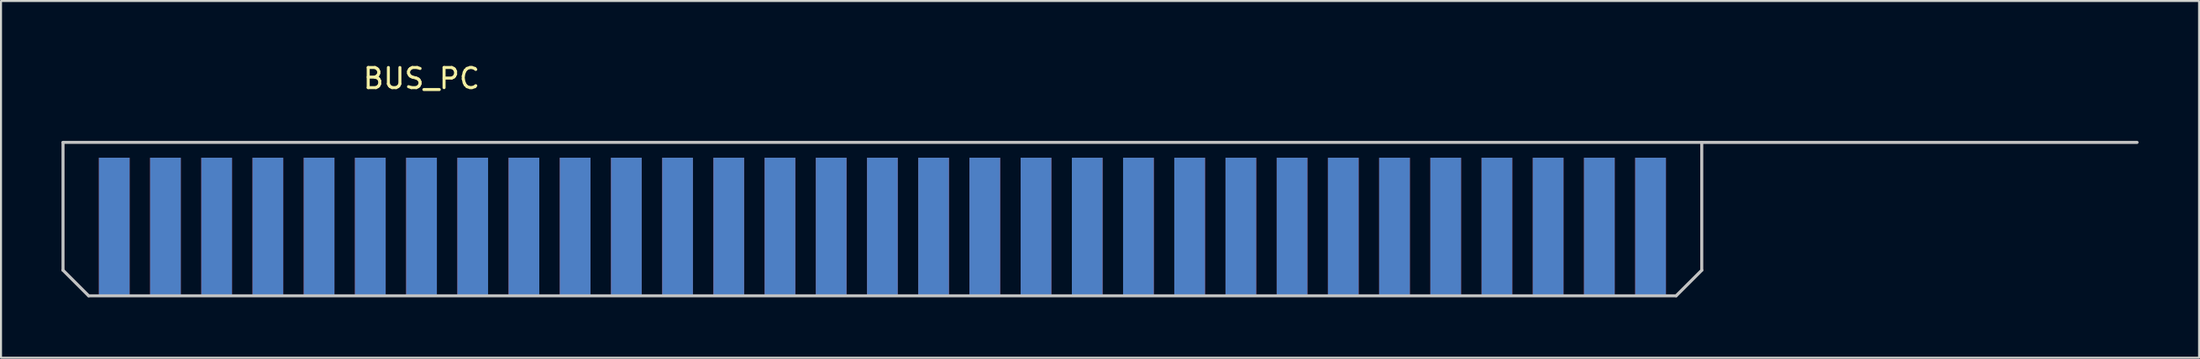
<source format=kicad_pcb>
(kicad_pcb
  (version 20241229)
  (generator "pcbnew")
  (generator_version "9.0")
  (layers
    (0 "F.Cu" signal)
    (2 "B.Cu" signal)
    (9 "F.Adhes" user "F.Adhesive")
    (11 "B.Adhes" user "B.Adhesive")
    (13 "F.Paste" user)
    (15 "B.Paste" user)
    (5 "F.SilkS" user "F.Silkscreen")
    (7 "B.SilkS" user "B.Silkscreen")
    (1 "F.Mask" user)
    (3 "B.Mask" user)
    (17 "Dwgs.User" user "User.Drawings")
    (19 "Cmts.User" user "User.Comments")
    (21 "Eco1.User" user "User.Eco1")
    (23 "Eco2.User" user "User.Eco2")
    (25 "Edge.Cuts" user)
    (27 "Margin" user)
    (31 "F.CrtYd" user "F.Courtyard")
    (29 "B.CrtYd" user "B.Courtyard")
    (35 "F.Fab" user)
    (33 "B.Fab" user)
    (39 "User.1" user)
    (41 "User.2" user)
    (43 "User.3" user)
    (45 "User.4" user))
  (footprint "BUS_PC"
    (layer "F.Cu")
    (at 40.716 7.833)
    (property "Reference" "BUS_PC" (at -22.86 -6.985 0) (layer "F.SilkS") (effects (font (size 1 1) (thickness 0.15))))
    (attr through_hole)
    (fp_line (start -40.64 -3.81) (end 40.64 -3.81) (stroke (width 0.15) (type solid)) (layer "Dwgs.User"))
    (fp_line (start -40.64 2.54) (end -40.64 -3.81) (stroke (width 0.15) (type solid)) (layer "Dwgs.User"))
    (fp_line (start -39.37 3.81) (end -40.64 2.54) (stroke (width 0.152) (type solid)) (layer "Dwgs.User"))
    (fp_line (start 39.37 3.81) (end -39.37 3.81) (stroke (width 0.15) (type solid)) (layer "Dwgs.User"))
    (fp_line (start 40.64 -3.81) (end 40.64 2.54) (stroke (width 0.15) (type solid)) (layer "Dwgs.User"))
    (fp_line (start 40.64 2.54) (end 39.37 3.81) (stroke (width 0.152) (type solid)) (layer "Dwgs.User"))
    (fp_line (start 62.23 -3.81) (end 40.64 -3.81) (stroke (width 0.152) (type solid)) (layer "Dwgs.User"))
    (pad "1" connect rect (at 38.1 0.381) (size 1.524 6.858) (layers "B.Cu" "B.Mask"))
    (pad "2" connect rect (at 35.56 0.381) (size 1.524 6.858) (layers "B.Cu" "B.Mask"))
    (pad "3" connect rect (at 33.02 0.381) (size 1.524 6.858) (layers "B.Cu" "B.Mask"))
    (pad "4" connect rect (at 30.48 0.381) (size 1.524 6.858) (layers "B.Cu" "B.Mask"))
    (pad "5" connect rect (at 27.94 0.381) (size 1.524 6.858) (layers "B.Cu" "B.Mask"))
    (pad "6" connect rect (at 25.4 0.381) (size 1.524 6.858) (layers "B.Cu" "B.Mask"))
    (pad "7" connect rect (at 22.86 0.381) (size 1.524 6.858) (layers "B.Cu" "B.Mask"))
    (pad "8" connect rect (at 20.32 0.381) (size 1.524 6.858) (layers "B.Cu" "B.Mask"))
    (pad "9" connect rect (at 17.78 0.381) (size 1.524 6.858) (layers "B.Cu" "B.Mask"))
    (pad "10" connect rect (at 15.24 0.381) (size 1.524 6.858) (layers "B.Cu" "B.Mask"))
    (pad "11" connect rect (at 12.7 0.381) (size 1.524 6.858) (layers "B.Cu" "B.Mask"))
    (pad "12" connect rect (at 10.16 0.381) (size 1.524 6.858) (layers "B.Cu" "B.Mask"))
    (pad "13" connect rect (at 7.62 0.381) (size 1.524 6.858) (layers "B.Cu" "B.Mask"))
    (pad "14" connect rect (at 5.08 0.381) (size 1.524 6.858) (layers "B.Cu" "B.Mask"))
    (pad "15" connect rect (at 2.54 0.381) (size 1.524 6.858) (layers "B.Cu" "B.Mask"))
    (pad "16" connect rect (at 0 0.381) (size 1.524 6.858) (layers "B.Cu" "B.Mask"))
    (pad "17" connect rect (at -2.54 0.381) (size 1.524 6.858) (layers "B.Cu" "B.Mask"))
    (pad "18" connect rect (at -5.08 0.381) (size 1.524 6.858) (layers "B.Cu" "B.Mask"))
    (pad "19" connect rect (at -7.62 0.381) (size 1.524 6.858) (layers "B.Cu" "B.Mask"))
    (pad "20" connect rect (at -10.16 0.381) (size 1.524 6.858) (layers "B.Cu" "B.Mask"))
    (pad "21" connect rect (at -12.7 0.381) (size 1.524 6.858) (layers "B.Cu" "B.Mask"))
    (pad "22" connect rect (at -15.24 0.381) (size 1.524 6.858) (layers "B.Cu" "B.Mask"))
    (pad "23" connect rect (at -17.78 0.381) (size 1.524 6.858) (layers "B.Cu" "B.Mask"))
    (pad "24" connect rect (at -20.32 0.381) (size 1.524 6.858) (layers "B.Cu" "B.Mask"))
    (pad "25" connect rect (at -22.86 0.381) (size 1.524 6.858) (layers "B.Cu" "B.Mask"))
    (pad "26" connect rect (at -25.4 0.381) (size 1.524 6.858) (layers "B.Cu" "B.Mask"))
    (pad "27" connect rect (at -27.94 0.381) (size 1.524 6.858) (layers "B.Cu" "B.Mask"))
    (pad "28" connect rect (at -30.48 0.381) (size 1.524 6.858) (layers "B.Cu" "B.Mask"))
    (pad "29" connect rect (at -33.02 0.381) (size 1.524 6.858) (layers "B.Cu" "B.Mask"))
    (pad "30" connect rect (at -35.56 0.381) (size 1.524 6.858) (layers "B.Cu" "B.Mask"))
    (pad "31" connect rect (at -38.1 0.381) (size 1.524 6.858) (layers "B.Cu" "B.Mask"))
    (pad "32" connect rect (at 38.1 0.381) (size 1.524 6.858) (layers "F.Cu" "F.Mask"))
    (pad "33" connect rect (at 35.56 0.381) (size 1.524 6.858) (layers "F.Cu" "F.Mask"))
    (pad "34" connect rect (at 33.02 0.381) (size 1.524 6.858) (layers "F.Cu" "F.Mask"))
    (pad "35" connect rect (at 30.48 0.381) (size 1.524 6.858) (layers "F.Cu" "F.Mask"))
    (pad "36" connect rect (at 27.94 0.381) (size 1.524 6.858) (layers "F.Cu" "F.Mask"))
    (pad "37" connect rect (at 25.4 0.381) (size 1.524 6.858) (layers "F.Cu" "F.Mask"))
    (pad "38" connect rect (at 22.86 0.381) (size 1.524 6.858) (layers "F.Cu" "F.Mask"))
    (pad "39" connect rect (at 20.32 0.381) (size 1.524 6.858) (layers "F.Cu" "F.Mask"))
    (pad "40" connect rect (at 17.78 0.381) (size 1.524 6.858) (layers "F.Cu" "F.Mask"))
    (pad "41" connect rect (at 15.24 0.381) (size 1.524 6.858) (layers "F.Cu" "F.Mask"))
    (pad "42" connect rect (at 12.7 0.381) (size 1.524 6.858) (layers "F.Cu" "F.Mask"))
    (pad "43" connect rect (at 10.16 0.381) (size 1.524 6.858) (layers "F.Cu" "F.Mask"))
    (pad "44" connect rect (at 7.62 0.381) (size 1.524 6.858) (layers "F.Cu" "F.Mask"))
    (pad "45" connect rect (at 5.08 0.381) (size 1.524 6.858) (layers "F.Cu" "F.Mask"))
    (pad "46" connect rect (at 2.54 0.381) (size 1.524 6.858) (layers "F.Cu" "F.Mask"))
    (pad "47" connect rect (at 0 0.381) (size 1.524 6.858) (layers "F.Cu" "F.Mask"))
    (pad "48" connect rect (at -2.54 0.381) (size 1.524 6.858) (layers "F.Cu" "F.Mask"))
    (pad "49" connect rect (at -5.08 0.381) (size 1.524 6.858) (layers "F.Cu" "F.Mask"))
    (pad "50" connect rect (at -7.62 0.381) (size 1.524 6.858) (layers "F.Cu" "F.Mask"))
    (pad "51" connect rect (at -10.16 0.381) (size 1.524 6.858) (layers "F.Cu" "F.Mask"))
    (pad "52" connect rect (at -12.7 0.381) (size 1.524 6.858) (layers "F.Cu" "F.Mask"))
    (pad "53" connect rect (at -15.24 0.381) (size 1.524 6.858) (layers "F.Cu" "F.Mask"))
    (pad "54" connect rect (at -17.78 0.381) (size 1.524 6.858) (layers "F.Cu" "F.Mask"))
    (pad "55" connect rect (at -20.32 0.381) (size 1.524 6.858) (layers "F.Cu" "F.Mask"))
    (pad "56" connect rect (at -22.86 0.381) (size 1.524 6.858) (layers "F.Cu" "F.Mask"))
    (pad "57" connect rect (at -25.4 0.381) (size 1.524 6.858) (layers "F.Cu" "F.Mask"))
    (pad "58" connect rect (at -27.94 0.381) (size 1.524 6.858) (layers "F.Cu" "F.Mask"))
    (pad "59" connect rect (at -30.48 0.381) (size 1.524 6.858) (layers "F.Cu" "F.Mask"))
    (pad "60" connect rect (at -33.02 0.381) (size 1.524 6.858) (layers "F.Cu" "F.Mask"))
    (pad "61" connect rect (at -35.56 0.381) (size 1.524 6.858) (layers "F.Cu" "F.Mask"))
    (pad "62" connect rect (at -38.1 0.381) (size 1.524 6.858) (layers "F.Cu" "F.Mask")))
  (gr_rect
    (start -3 -3)
    (end 106.022 14.719)
    (stroke (width 0.1) (type default))
    (fill no)
    (layer "Edge.Cuts")))
</source>
